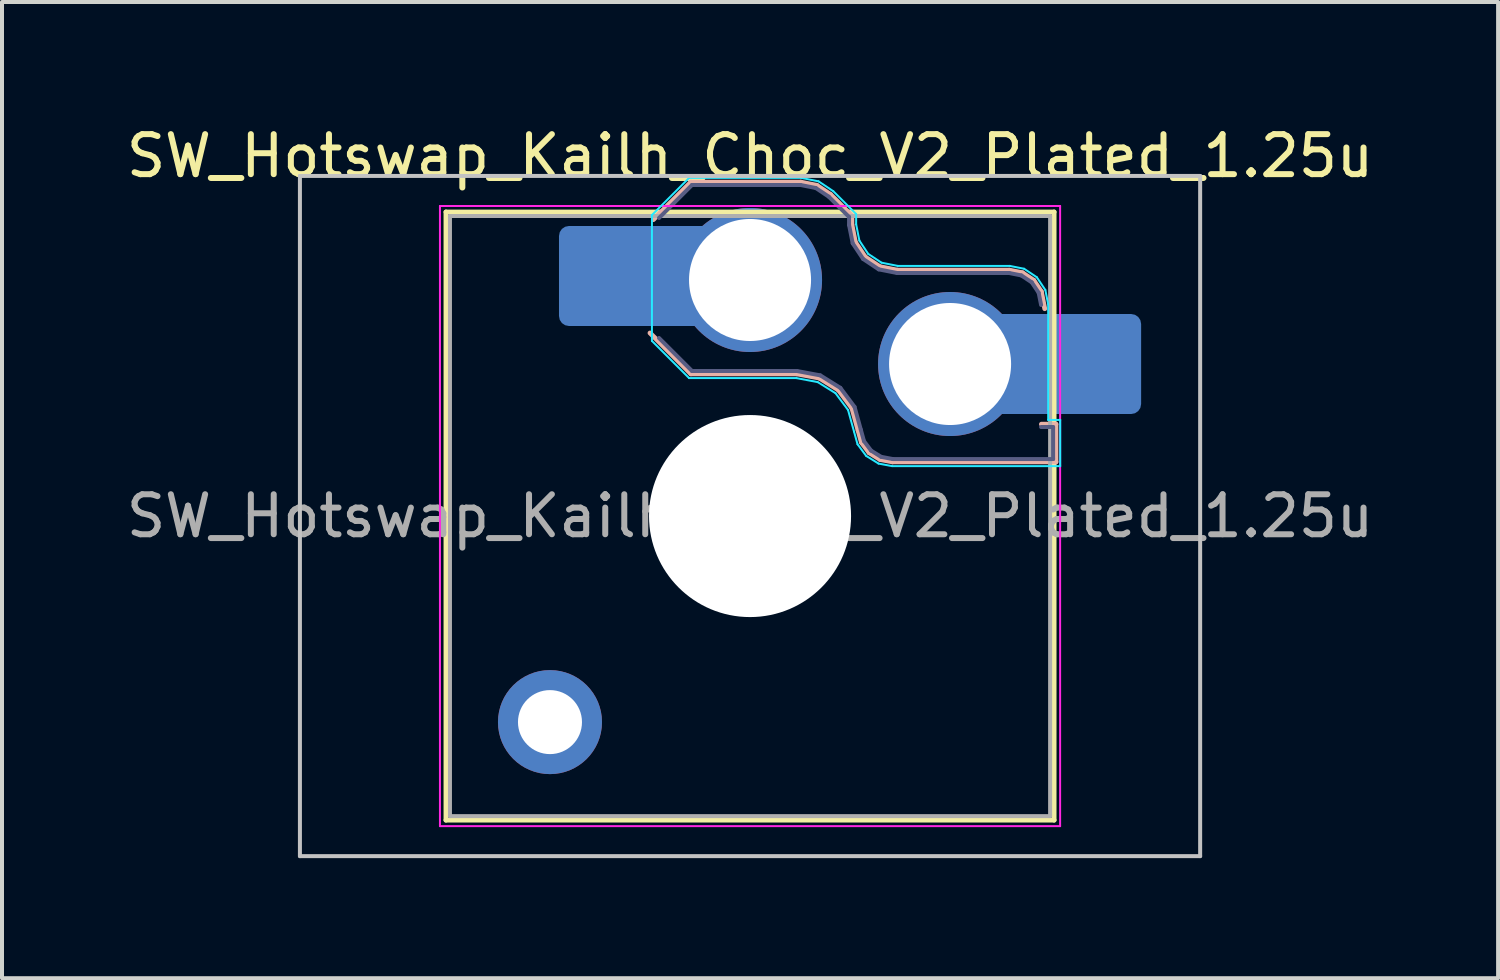
<source format=kicad_pcb>
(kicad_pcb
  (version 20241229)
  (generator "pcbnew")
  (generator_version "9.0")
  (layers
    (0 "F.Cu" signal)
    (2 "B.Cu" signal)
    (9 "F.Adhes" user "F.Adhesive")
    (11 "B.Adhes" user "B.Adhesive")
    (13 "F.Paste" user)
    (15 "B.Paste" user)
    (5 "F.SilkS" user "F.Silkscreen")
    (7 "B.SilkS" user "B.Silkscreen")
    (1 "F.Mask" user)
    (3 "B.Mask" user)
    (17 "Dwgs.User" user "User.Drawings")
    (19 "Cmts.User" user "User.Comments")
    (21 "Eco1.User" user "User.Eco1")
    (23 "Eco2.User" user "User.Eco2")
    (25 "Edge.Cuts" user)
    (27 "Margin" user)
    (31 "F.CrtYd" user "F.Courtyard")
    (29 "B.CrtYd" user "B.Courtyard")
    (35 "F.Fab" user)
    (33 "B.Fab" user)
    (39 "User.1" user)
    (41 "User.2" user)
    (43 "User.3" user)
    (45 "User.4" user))
  (footprint "SW_Hotswap_Kailh_Choc_V2_Plated_1.25u"
    (layer "F.Cu")
    (at 15.696 9.848)
    (property "Reference" "SW_Hotswap_Kailh_Choc_V2_Plated_1.25u" (at 0 -9 0) (layer "F.SilkS") (effects (font (size 1 1) (thickness 0.15))))
    (attr smd)
    (fp_line (start -7.6 -7.6) (end -7.6 7.6) (stroke (width 0.12) (type solid)) (layer "F.SilkS"))
    (fp_line (start -7.6 7.6) (end 7.6 7.6) (stroke (width 0.12) (type solid)) (layer "F.SilkS"))
    (fp_line (start 7.6 -7.6) (end -7.6 -7.6) (stroke (width 0.12) (type solid)) (layer "F.SilkS"))
    (fp_line (start 7.6 7.6) (end 7.6 -7.6) (stroke (width 0.12) (type solid)) (layer "F.SilkS"))
    (fp_line (start -2.416 -7.409) (end -1.479 -8.346) (stroke (width 0.12) (type solid)) (layer "B.SilkS"))
    (fp_line (start -1.479 -8.346) (end 1.268 -8.346) (stroke (width 0.12) (type solid)) (layer "B.SilkS"))
    (fp_line (start -1.479 -3.554) (end -2.5 -4.575) (stroke (width 0.12) (type solid)) (layer "B.SilkS"))
    (fp_line (start 1.168 -3.554) (end -1.479 -3.554) (stroke (width 0.12) (type solid)) (layer "B.SilkS"))
    (fp_line (start 1.268 -8.346) (end 1.671 -8.266) (stroke (width 0.12) (type solid)) (layer "B.SilkS"))
    (fp_line (start 1.671 -8.266) (end 2.013 -8.037) (stroke (width 0.12) (type solid)) (layer "B.SilkS"))
    (fp_line (start 1.73 -3.449) (end 1.168 -3.554) (stroke (width 0.12) (type solid)) (layer "B.SilkS"))
    (fp_line (start 2.013 -8.037) (end 2.546 -7.504) (stroke (width 0.12) (type solid)) (layer "B.SilkS"))
    (fp_line (start 2.209 -3.15) (end 1.73 -3.449) (stroke (width 0.12) (type solid)) (layer "B.SilkS"))
    (fp_line (start 2.546 -7.504) (end 2.546 -7.282) (stroke (width 0.12) (type solid)) (layer "B.SilkS"))
    (fp_line (start 2.546 -7.282) (end 2.633 -6.844) (stroke (width 0.12) (type solid)) (layer "B.SilkS"))
    (fp_line (start 2.547 -2.697) (end 2.209 -3.15) (stroke (width 0.12) (type solid)) (layer "B.SilkS"))
    (fp_line (start 2.633 -6.844) (end 2.877 -6.477) (stroke (width 0.12) (type solid)) (layer "B.SilkS"))
    (fp_line (start 2.701 -2.139) (end 2.547 -2.697) (stroke (width 0.12) (type solid)) (layer "B.SilkS"))
    (fp_line (start 2.783 -1.841) (end 2.701 -2.139) (stroke (width 0.12) (type solid)) (layer "B.SilkS"))
    (fp_line (start 2.877 -6.477) (end 3.244 -6.233) (stroke (width 0.12) (type solid)) (layer "B.SilkS"))
    (fp_line (start 2.976 -1.583) (end 2.783 -1.841) (stroke (width 0.12) (type solid)) (layer "B.SilkS"))
    (fp_line (start 3.244 -6.233) (end 3.682 -6.146) (stroke (width 0.12) (type solid)) (layer "B.SilkS"))
    (fp_line (start 3.25 -1.413) (end 2.976 -1.583) (stroke (width 0.12) (type solid)) (layer "B.SilkS"))
    (fp_line (start 3.56 -1.354) (end 3.25 -1.413) (stroke (width 0.12) (type solid)) (layer "B.SilkS"))
    (fp_line (start 3.682 -6.146) (end 6.482 -6.146) (stroke (width 0.12) (type solid)) (layer "B.SilkS"))
    (fp_line (start 6.482 -6.146) (end 6.809 -6.081) (stroke (width 0.12) (type solid)) (layer "B.SilkS"))
    (fp_line (start 6.809 -6.081) (end 7.092 -5.892) (stroke (width 0.12) (type solid)) (layer "B.SilkS"))
    (fp_line (start 7.092 -5.892) (end 7.281 -5.609) (stroke (width 0.12) (type solid)) (layer "B.SilkS"))
    (fp_line (start 7.281 -5.609) (end 7.366 -5.182) (stroke (width 0.12) (type solid)) (layer "B.SilkS"))
    (fp_line (start 7.283 -2.296) (end 7.646 -2.296) (stroke (width 0.12) (type solid)) (layer "B.SilkS"))
    (fp_line (start 7.646 -2.296) (end 7.646 -1.354) (stroke (width 0.12) (type solid)) (layer "B.SilkS"))
    (fp_line (start 7.646 -1.354) (end 3.56 -1.354) (stroke (width 0.12) (type solid)) (layer "B.SilkS"))
    (fp_line (start -11.25 -8.5) (end -11.25 8.5) (stroke (width 0.1) (type solid)) (layer "Dwgs.User"))
    (fp_line (start -11.25 8.5) (end 11.25 8.5) (stroke (width 0.1) (type solid)) (layer "Dwgs.User"))
    (fp_line (start 11.25 -8.5) (end -11.25 -8.5) (stroke (width 0.1) (type solid)) (layer "Dwgs.User"))
    (fp_line (start 11.25 8.5) (end 11.25 -8.5) (stroke (width 0.1) (type solid)) (layer "Dwgs.User"))
    (fp_line (start -7.25 -7.25) (end -7.25 7.25) (stroke (width 0.1) (type solid)) (layer "Eco1.User"))
    (fp_line (start -7.25 7.25) (end 7.25 7.25) (stroke (width 0.1) (type solid)) (layer "Eco1.User"))
    (fp_line (start 7.25 -7.25) (end -7.25 -7.25) (stroke (width 0.1) (type solid)) (layer "Eco1.User"))
    (fp_line (start 7.25 7.25) (end 7.25 -7.25) (stroke (width 0.1) (type solid)) (layer "Eco1.User"))
    (fp_line (start -2.452 -7.523) (end -1.523 -8.452) (stroke (width 0.05) (type solid)) (layer "B.CrtYd"))
    (fp_line (start -2.452 -4.377) (end -2.452 -7.523) (stroke (width 0.05) (type solid)) (layer "B.CrtYd"))
    (fp_line (start -1.523 -8.452) (end 1.278 -8.452) (stroke (width 0.05) (type solid)) (layer "B.CrtYd"))
    (fp_line (start -1.523 -3.448) (end -2.452 -4.377) (stroke (width 0.05) (type solid)) (layer "B.CrtYd"))
    (fp_line (start 1.159 -3.448) (end -1.523 -3.448) (stroke (width 0.05) (type solid)) (layer "B.CrtYd"))
    (fp_line (start 1.278 -8.452) (end 1.712 -8.366) (stroke (width 0.05) (type solid)) (layer "B.CrtYd"))
    (fp_line (start 1.691 -3.348) (end 1.159 -3.448) (stroke (width 0.05) (type solid)) (layer "B.CrtYd"))
    (fp_line (start 1.712 -8.366) (end 2.081 -8.119) (stroke (width 0.05) (type solid)) (layer "B.CrtYd"))
    (fp_line (start 2.081 -8.119) (end 2.652 -7.548) (stroke (width 0.05) (type solid)) (layer "B.CrtYd"))
    (fp_line (start 2.136 -3.071) (end 1.691 -3.348) (stroke (width 0.05) (type solid)) (layer "B.CrtYd"))
    (fp_line (start 2.45 -2.65) (end 2.136 -3.071) (stroke (width 0.05) (type solid)) (layer "B.CrtYd"))
    (fp_line (start 2.599 -2.111) (end 2.45 -2.65) (stroke (width 0.05) (type solid)) (layer "B.CrtYd"))
    (fp_line (start 2.652 -7.548) (end 2.652 -7.292) (stroke (width 0.05) (type solid)) (layer "B.CrtYd"))
    (fp_line (start 2.652 -7.292) (end 2.733 -6.885) (stroke (width 0.05) (type solid)) (layer "B.CrtYd"))
    (fp_line (start 2.687 -1.794) (end 2.599 -2.111) (stroke (width 0.05) (type solid)) (layer "B.CrtYd"))
    (fp_line (start 2.733 -6.885) (end 2.953 -6.553) (stroke (width 0.05) (type solid)) (layer "B.CrtYd"))
    (fp_line (start 2.903 -1.503) (end 2.687 -1.794) (stroke (width 0.05) (type solid)) (layer "B.CrtYd"))
    (fp_line (start 2.953 -6.553) (end 3.285 -6.333) (stroke (width 0.05) (type solid)) (layer "B.CrtYd"))
    (fp_line (start 3.211 -1.312) (end 2.903 -1.503) (stroke (width 0.05) (type solid)) (layer "B.CrtYd"))
    (fp_line (start 3.285 -6.333) (end 3.692 -6.252) (stroke (width 0.05) (type solid)) (layer "B.CrtYd"))
    (fp_line (start 3.55 -1.248) (end 3.211 -1.312) (stroke (width 0.05) (type solid)) (layer "B.CrtYd"))
    (fp_line (start 3.692 -6.252) (end 6.492 -6.252) (stroke (width 0.05) (type solid)) (layer "B.CrtYd"))
    (fp_line (start 6.492 -6.252) (end 6.85 -6.181) (stroke (width 0.05) (type solid)) (layer "B.CrtYd"))
    (fp_line (start 6.85 -6.181) (end 7.168 -5.968) (stroke (width 0.05) (type solid)) (layer "B.CrtYd"))
    (fp_line (start 7.168 -5.968) (end 7.381 -5.65) (stroke (width 0.05) (type solid)) (layer "B.CrtYd"))
    (fp_line (start 7.381 -5.65) (end 7.452 -5.292) (stroke (width 0.05) (type solid)) (layer "B.CrtYd"))
    (fp_line (start 7.452 -5.292) (end 7.452 -2.402) (stroke (width 0.05) (type solid)) (layer "B.CrtYd"))
    (fp_line (start 7.452 -2.402) (end 7.752 -2.402) (stroke (width 0.05) (type solid)) (layer "B.CrtYd"))
    (fp_line (start 7.752 -2.402) (end 7.752 -1.248) (stroke (width 0.05) (type solid)) (layer "B.CrtYd"))
    (fp_line (start 7.752 -1.248) (end 3.55 -1.248) (stroke (width 0.05) (type solid)) (layer "B.CrtYd"))
    (fp_line (start -7.75 -7.75) (end -7.75 7.75) (stroke (width 0.05) (type solid)) (layer "F.CrtYd"))
    (fp_line (start -7.75 7.75) (end 7.75 7.75) (stroke (width 0.05) (type solid)) (layer "F.CrtYd"))
    (fp_line (start 7.75 -7.75) (end -7.75 -7.75) (stroke (width 0.05) (type solid)) (layer "F.CrtYd"))
    (fp_line (start 7.75 7.75) (end 7.75 -7.75) (stroke (width 0.05) (type solid)) (layer "F.CrtYd"))
    (fp_line (start -2.275 -7.45) (end -1.45 -8.275) (stroke (width 0.1) (type solid)) (layer "B.Fab"))
    (fp_line (start -1.45 -8.275) (end 1.261 -8.275) (stroke (width 0.1) (type solid)) (layer "B.Fab"))
    (fp_line (start -1.45 -3.625) (end -2.275 -4.45) (stroke (width 0.1) (type solid)) (layer "B.Fab"))
    (fp_line (start 1.175 -3.625) (end -1.45 -3.625) (stroke (width 0.1) (type solid)) (layer "B.Fab"))
    (fp_line (start 1.261 -8.275) (end 1.643 -8.199) (stroke (width 0.1) (type solid)) (layer "B.Fab"))
    (fp_line (start 1.643 -8.199) (end 1.968 -7.982) (stroke (width 0.1) (type solid)) (layer "B.Fab"))
    (fp_line (start 1.756 -3.516) (end 1.175 -3.625) (stroke (width 0.1) (type solid)) (layer "B.Fab"))
    (fp_line (start 1.968 -7.982) (end 2.475 -7.475) (stroke (width 0.1) (type solid)) (layer "B.Fab"))
    (fp_line (start 2.258 -3.203) (end 1.756 -3.516) (stroke (width 0.1) (type solid)) (layer "B.Fab"))
    (fp_line (start 2.475 -7.475) (end 2.475 -7.275) (stroke (width 0.1) (type solid)) (layer "B.Fab"))
    (fp_line (start 2.475 -7.275) (end 2.566 -6.816) (stroke (width 0.1) (type solid)) (layer "B.Fab"))
    (fp_line (start 2.566 -6.816) (end 2.826 -6.426) (stroke (width 0.1) (type solid)) (layer "B.Fab"))
    (fp_line (start 2.612 -2.729) (end 2.258 -3.203) (stroke (width 0.1) (type solid)) (layer "B.Fab"))
    (fp_line (start 2.769 -2.158) (end 2.612 -2.729) (stroke (width 0.1) (type solid)) (layer "B.Fab"))
    (fp_line (start 2.826 -6.426) (end 3.216 -6.166) (stroke (width 0.1) (type solid)) (layer "B.Fab"))
    (fp_line (start 2.848 -1.873) (end 2.769 -2.158) (stroke (width 0.1) (type solid)) (layer "B.Fab"))
    (fp_line (start 3.025 -1.636) (end 2.848 -1.873) (stroke (width 0.1) (type solid)) (layer "B.Fab"))
    (fp_line (start 3.216 -6.166) (end 3.675 -6.075) (stroke (width 0.1) (type solid)) (layer "B.Fab"))
    (fp_line (start 3.276 -1.48) (end 3.025 -1.636) (stroke (width 0.1) (type solid)) (layer "B.Fab"))
    (fp_line (start 3.567 -1.425) (end 3.276 -1.48) (stroke (width 0.1) (type solid)) (layer "B.Fab"))
    (fp_line (start 3.675 -6.075) (end 6.475 -6.075) (stroke (width 0.1) (type solid)) (layer "B.Fab"))
    (fp_line (start 6.475 -6.075) (end 6.781 -6.014) (stroke (width 0.1) (type solid)) (layer "B.Fab"))
    (fp_line (start 6.781 -6.014) (end 7.041 -5.841) (stroke (width 0.1) (type solid)) (layer "B.Fab"))
    (fp_line (start 7.041 -5.841) (end 7.214 -5.581) (stroke (width 0.1) (type solid)) (layer "B.Fab"))
    (fp_line (start 7.214 -5.581) (end 7.275 -5.275) (stroke (width 0.1) (type solid)) (layer "B.Fab"))
    (fp_line (start 7.275 -2.225) (end 7.575 -2.225) (stroke (width 0.1) (type solid)) (layer "B.Fab"))
    (fp_line (start 7.575 -2.225) (end 7.575 -1.425) (stroke (width 0.1) (type solid)) (layer "B.Fab"))
    (fp_line (start 7.575 -1.425) (end 3.567 -1.425) (stroke (width 0.1) (type solid)) (layer "B.Fab"))
    (fp_line (start -7.5 -7.5) (end -7.5 7.5) (stroke (width 0.1) (type solid)) (layer "F.Fab"))
    (fp_line (start -7.5 7.5) (end 7.5 7.5) (stroke (width 0.1) (type solid)) (layer "F.Fab"))
    (fp_line (start 7.5 -7.5) (end -7.5 -7.5) (stroke (width 0.1) (type solid)) (layer "F.Fab"))
    (fp_line (start 7.5 7.5) (end 7.5 -7.5) (stroke (width 0.1) (type solid)) (layer "F.Fab"))
    (fp_text user "${REFERENCE}" (at 0 0 0) (layer "F.Fab") (effects (font (size 1 1) (thickness 0.15))))
    (pad "" thru_hole circle (at -5 5.15) (size 2.6 2.6) (drill 1.6) (layers "*.Cu" "*.Mask"))
    (pad "" smd roundrect (at -3.5 -6) (size 2.55 2.5) (layers "B.Mask" "B.Paste") (roundrect_rratio 0.1))
    (pad "" np_thru_hole circle (at 0 0) (size 5.05 5.05) (drill 5.05) (layers "*.Cu" "*.Mask"))
    (pad "" smd roundrect (at 8.5 -3.8) (size 2.55 2.5) (layers "B.Mask" "B.Paste") (roundrect_rratio 0.1))
    (pad "1" smd roundrect (at -2.85 -6) (size 3.85 2.5) (layers "B.Cu") (roundrect_rratio 0.1))
    (pad "1" thru_hole circle (at 0 -5.9) (size 3.6 3.6) (drill 3.05) (layers "*.Cu" "*.Mask"))
    (pad "2" thru_hole circle (at 5 -3.8) (size 3.6 3.6) (drill 3.05) (layers "*.Cu" "*.Mask"))
    (pad "2" smd roundrect (at 7.85 -3.8) (size 3.85 2.5) (layers "B.Cu") (roundrect_rratio 0.1)))
  (gr_rect
    (start -3 -3)
    (end 34.393 21.398)
    (stroke (width 0.1) (type default))
    (fill no)
    (layer "Edge.Cuts")))
</source>
